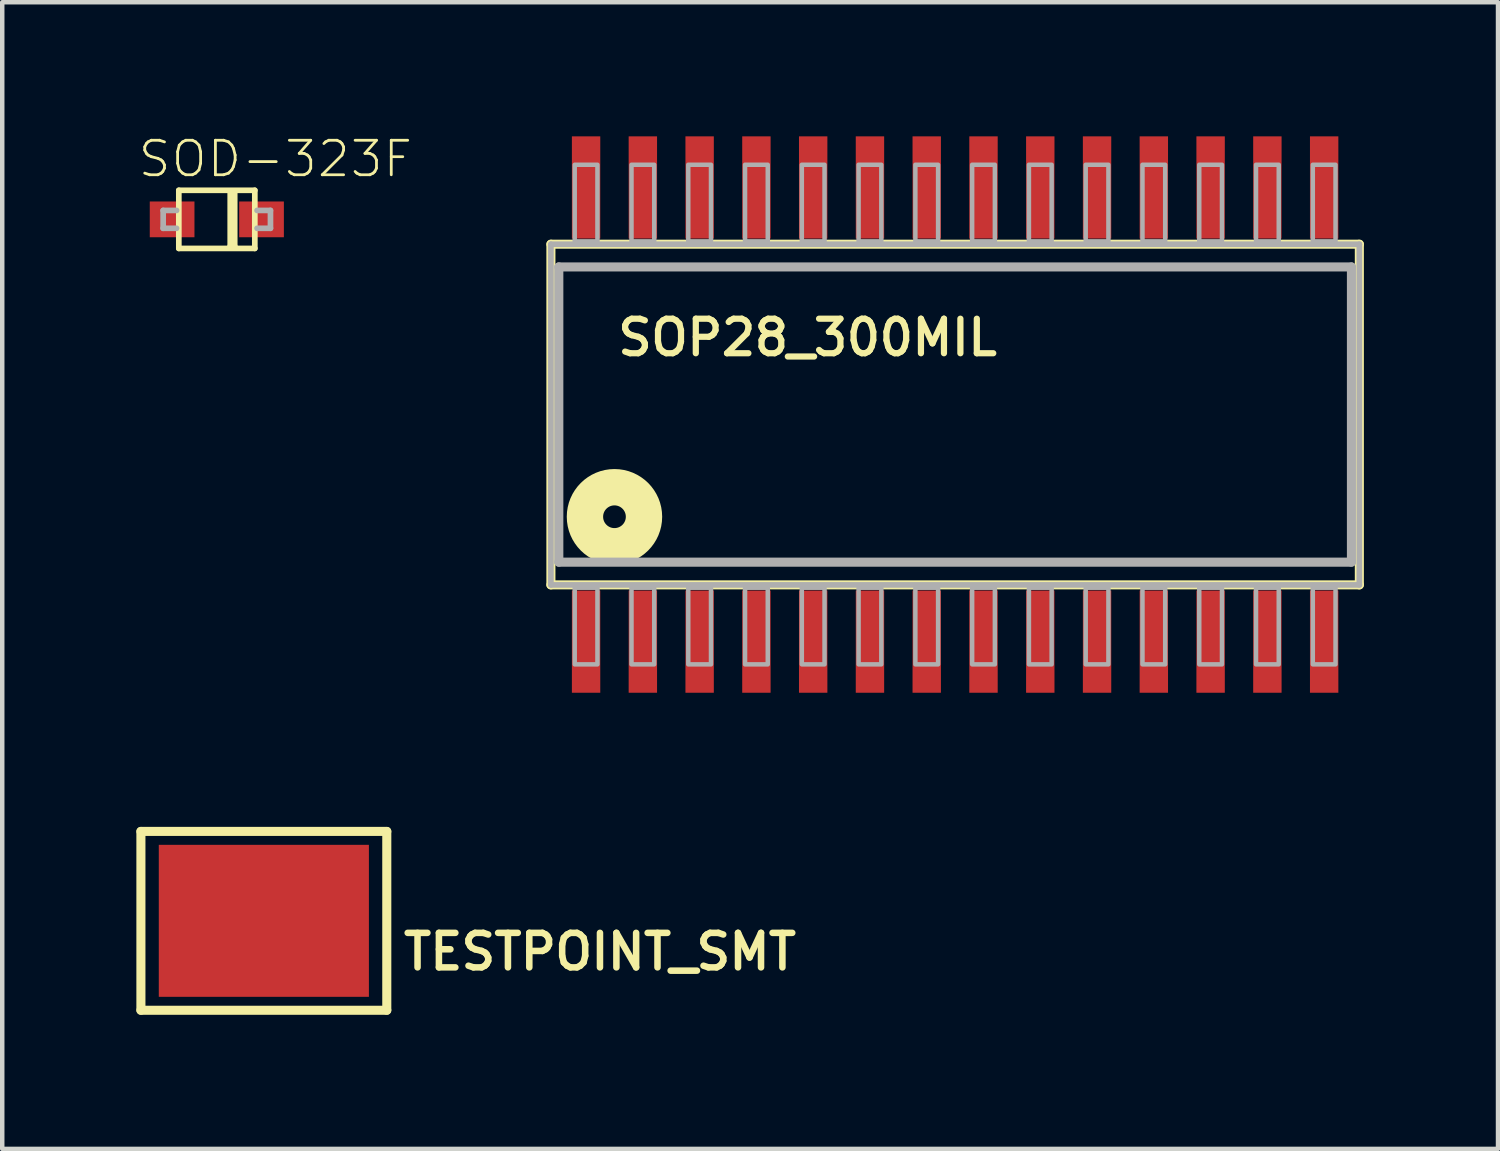
<source format=kicad_pcb>
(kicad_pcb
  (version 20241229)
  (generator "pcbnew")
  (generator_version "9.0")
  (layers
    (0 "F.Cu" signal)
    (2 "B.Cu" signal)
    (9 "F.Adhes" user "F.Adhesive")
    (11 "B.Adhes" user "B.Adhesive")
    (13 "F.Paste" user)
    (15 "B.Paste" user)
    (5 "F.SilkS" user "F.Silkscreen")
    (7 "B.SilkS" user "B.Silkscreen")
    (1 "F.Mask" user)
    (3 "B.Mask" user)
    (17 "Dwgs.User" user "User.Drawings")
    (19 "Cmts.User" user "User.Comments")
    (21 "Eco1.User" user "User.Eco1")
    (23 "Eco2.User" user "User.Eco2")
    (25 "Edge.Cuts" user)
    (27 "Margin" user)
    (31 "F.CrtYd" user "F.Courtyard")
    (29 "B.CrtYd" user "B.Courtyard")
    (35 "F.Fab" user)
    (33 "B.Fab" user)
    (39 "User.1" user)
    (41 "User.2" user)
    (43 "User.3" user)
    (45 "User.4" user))
  (footprint "SOD-323F"
    (layer "F.Cu")
    (at 1.8 1.857)
    (property "Reference" "SOD-323F" (at -1.8 -0.9 180) (layer "F.SilkS") (effects (font (size 0.772 0.772) (thickness 0.062)) (justify left bottom)))
    (attr through_hole)
    (fp_line (start -0.85 -0.65) (end 0.85 -0.65) (stroke (width 0.127) (type solid)) (layer "F.SilkS"))
    (fp_line (start -0.85 0.65) (end -0.85 -0.65) (stroke (width 0.127) (type solid)) (layer "F.SilkS"))
    (fp_line (start 0.3 0.6) (end 0.3 -0.6) (stroke (width 0.127) (type solid)) (layer "F.SilkS"))
    (fp_line (start 0.4 -0.6) (end 0.4 0.6) (stroke (width 0.127) (type solid)) (layer "F.SilkS"))
    (fp_line (start 0.4 0.6) (end 0.3 0.6) (stroke (width 0.127) (type solid)) (layer "F.SilkS"))
    (fp_line (start 0.85 -0.65) (end 0.85 0.65) (stroke (width 0.127) (type solid)) (layer "F.SilkS"))
    (fp_line (start 0.85 0.65) (end -0.85 0.65) (stroke (width 0.127) (type solid)) (layer "F.SilkS"))
    (fp_line (start -1.2 -0.2) (end -1.2 0.2) (stroke (width 0.127) (type solid)) (layer "F.Fab"))
    (fp_line (start -1.2 0.2) (end -0.9 0.2) (stroke (width 0.127) (type solid)) (layer "F.Fab"))
    (fp_line (start -0.9 -0.2) (end -1.2 -0.2) (stroke (width 0.127) (type solid)) (layer "F.Fab"))
    (fp_line (start 0.9 -0.2) (end 1.2 -0.2) (stroke (width 0.127) (type solid)) (layer "F.Fab"))
    (fp_line (start 1.2 -0.2) (end 1.2 0.2) (stroke (width 0.127) (type solid)) (layer "F.Fab"))
    (fp_line (start 1.2 0.2) (end 0.9 0.2) (stroke (width 0.127) (type solid)) (layer "F.Fab"))
    (pad "A" smd rect (at -1 0) (size 1 0.8) (layers "F.Cu" "F.Mask" "F.Paste"))
    (pad "C" smd rect (at 1 0) (size 1 0.8) (layers "F.Cu" "F.Mask" "F.Paste")))
  (footprint "SOP28_300MIL"
    (layer "F.Cu")
    (at 18.315 6.223)
    (property "Reference" "SOP28_300MIL" (at -7.62 -1.27 180) (layer "F.SilkS") (effects (font (size 0.772 0.772) (thickness 0.139)) (justify left bottom)))
    (attr through_hole)
    (fp_line (start -9.042 -3.81) (end -9.042 3.81) (stroke (width 0.203) (type solid)) (layer "F.SilkS"))
    (fp_line (start -9.042 3.81) (end 9.042 3.81) (stroke (width 0.203) (type solid)) (layer "F.SilkS"))
    (fp_line (start 9.042 -3.81) (end -9.042 -3.81) (stroke (width 0.203) (type solid)) (layer "F.SilkS"))
    (fp_line (start 9.042 3.81) (end 9.042 -3.81) (stroke (width 0.203) (type solid)) (layer "F.SilkS"))
    (fp_circle (center -7.62 2.286) (end -7.366 2.286) (stroke (width 0.813) (type solid)) (fill no) (layer "F.SilkS"))
    (fp_line (start -9.042 -3.81) (end -9.042 3.81) (stroke (width 0.127) (type solid)) (layer "F.Fab"))
    (fp_line (start -9.042 3.81) (end 9.042 3.81) (stroke (width 0.127) (type solid)) (layer "F.Fab"))
    (fp_line (start -8.865 -3.302) (end -8.865 3.302) (stroke (width 0.203) (type solid)) (layer "F.Fab"))
    (fp_line (start -8.865 3.302) (end 8.865 3.302) (stroke (width 0.203) (type solid)) (layer "F.Fab"))
    (fp_line (start 8.865 -3.302) (end -8.865 -3.302) (stroke (width 0.203) (type solid)) (layer "F.Fab"))
    (fp_line (start 8.865 3.302) (end 8.865 -3.302) (stroke (width 0.203) (type solid)) (layer "F.Fab"))
    (fp_line (start 9.042 -3.81) (end -9.042 -3.81) (stroke (width 0.127) (type solid)) (layer "F.Fab"))
    (fp_line (start 9.042 3.81) (end 9.042 -3.81) (stroke (width 0.127) (type solid)) (layer "F.Fab"))
    (fp_poly (pts (xy -8.509 5.588) (xy -8.001 5.588) (xy -8.001 3.873) (xy -8.509 3.873)) (stroke (width 0.1) (type solid)) (fill no) (layer "F.Fab"))
    (fp_poly (pts (xy -8.001 -5.588) (xy -8.509 -5.588) (xy -8.509 -3.873) (xy -8.001 -3.873)) (stroke (width 0.1) (type solid)) (fill no) (layer "F.Fab"))
    (fp_poly (pts (xy -7.239 5.588) (xy -6.731 5.588) (xy -6.731 3.873) (xy -7.239 3.873)) (stroke (width 0.1) (type solid)) (fill no) (layer "F.Fab"))
    (fp_poly (pts (xy -6.731 -5.588) (xy -7.239 -5.588) (xy -7.239 -3.873) (xy -6.731 -3.873)) (stroke (width 0.1) (type solid)) (fill no) (layer "F.Fab"))
    (fp_poly (pts (xy -5.969 5.588) (xy -5.461 5.588) (xy -5.461 3.873) (xy -5.969 3.873)) (stroke (width 0.1) (type solid)) (fill no) (layer "F.Fab"))
    (fp_poly (pts (xy -5.461 -5.588) (xy -5.969 -5.588) (xy -5.969 -3.873) (xy -5.461 -3.873)) (stroke (width 0.1) (type solid)) (fill no) (layer "F.Fab"))
    (fp_poly (pts (xy -4.699 5.588) (xy -4.191 5.588) (xy -4.191 3.873) (xy -4.699 3.873)) (stroke (width 0.1) (type solid)) (fill no) (layer "F.Fab"))
    (fp_poly (pts (xy -4.191 -5.588) (xy -4.699 -5.588) (xy -4.699 -3.873) (xy -4.191 -3.873)) (stroke (width 0.1) (type solid)) (fill no) (layer "F.Fab"))
    (fp_poly (pts (xy -3.429 5.588) (xy -2.921 5.588) (xy -2.921 3.873) (xy -3.429 3.873)) (stroke (width 0.1) (type solid)) (fill no) (layer "F.Fab"))
    (fp_poly (pts (xy -2.921 -5.588) (xy -3.429 -5.588) (xy -3.429 -3.873) (xy -2.921 -3.873)) (stroke (width 0.1) (type solid)) (fill no) (layer "F.Fab"))
    (fp_poly (pts (xy -2.159 5.588) (xy -1.651 5.588) (xy -1.651 3.873) (xy -2.159 3.873)) (stroke (width 0.1) (type solid)) (fill no) (layer "F.Fab"))
    (fp_poly (pts (xy -1.651 -5.588) (xy -2.159 -5.588) (xy -2.159 -3.873) (xy -1.651 -3.873)) (stroke (width 0.1) (type solid)) (fill no) (layer "F.Fab"))
    (fp_poly (pts (xy -0.889 5.588) (xy -0.381 5.588) (xy -0.381 3.873) (xy -0.889 3.873)) (stroke (width 0.1) (type solid)) (fill no) (layer "F.Fab"))
    (fp_poly (pts (xy -0.381 -5.588) (xy -0.889 -5.588) (xy -0.889 -3.873) (xy -0.381 -3.873)) (stroke (width 0.1) (type solid)) (fill no) (layer "F.Fab"))
    (fp_poly (pts (xy 0.381 5.588) (xy 0.889 5.588) (xy 0.889 3.873) (xy 0.381 3.873)) (stroke (width 0.1) (type solid)) (fill no) (layer "F.Fab"))
    (fp_poly (pts (xy 0.889 -5.588) (xy 0.381 -5.588) (xy 0.381 -3.873) (xy 0.889 -3.873)) (stroke (width 0.1) (type solid)) (fill no) (layer "F.Fab"))
    (fp_poly (pts (xy 1.651 5.588) (xy 2.159 5.588) (xy 2.159 3.873) (xy 1.651 3.873)) (stroke (width 0.1) (type solid)) (fill no) (layer "F.Fab"))
    (fp_poly (pts (xy 2.159 -5.588) (xy 1.651 -5.588) (xy 1.651 -3.873) (xy 2.159 -3.873)) (stroke (width 0.1) (type solid)) (fill no) (layer "F.Fab"))
    (fp_poly (pts (xy 2.921 5.588) (xy 3.429 5.588) (xy 3.429 3.873) (xy 2.921 3.873)) (stroke (width 0.1) (type solid)) (fill no) (layer "F.Fab"))
    (fp_poly (pts (xy 3.429 -5.588) (xy 2.921 -5.588) (xy 2.921 -3.873) (xy 3.429 -3.873)) (stroke (width 0.1) (type solid)) (fill no) (layer "F.Fab"))
    (fp_poly (pts (xy 4.191 5.588) (xy 4.699 5.588) (xy 4.699 3.873) (xy 4.191 3.873)) (stroke (width 0.1) (type solid)) (fill no) (layer "F.Fab"))
    (fp_poly (pts (xy 4.699 -5.588) (xy 4.191 -5.588) (xy 4.191 -3.873) (xy 4.699 -3.873)) (stroke (width 0.1) (type solid)) (fill no) (layer "F.Fab"))
    (fp_poly (pts (xy 5.461 5.588) (xy 5.969 5.588) (xy 5.969 3.873) (xy 5.461 3.873)) (stroke (width 0.1) (type solid)) (fill no) (layer "F.Fab"))
    (fp_poly (pts (xy 5.969 -5.588) (xy 5.461 -5.588) (xy 5.461 -3.873) (xy 5.969 -3.873)) (stroke (width 0.1) (type solid)) (fill no) (layer "F.Fab"))
    (fp_poly (pts (xy 6.731 5.588) (xy 7.239 5.588) (xy 7.239 3.873) (xy 6.731 3.873)) (stroke (width 0.1) (type solid)) (fill no) (layer "F.Fab"))
    (fp_poly (pts (xy 7.239 -5.588) (xy 6.731 -5.588) (xy 6.731 -3.873) (xy 7.239 -3.873)) (stroke (width 0.1) (type solid)) (fill no) (layer "F.Fab"))
    (fp_poly (pts (xy 8.001 5.588) (xy 8.509 5.588) (xy 8.509 3.873) (xy 8.001 3.873)) (stroke (width 0.1) (type solid)) (fill no) (layer "F.Fab"))
    (fp_poly (pts (xy 8.509 -5.588) (xy 8.001 -5.588) (xy 8.001 -3.873) (xy 8.509 -3.873)) (stroke (width 0.1) (type solid)) (fill no) (layer "F.Fab"))
    (pad "P$1" smd rect (at -8.255 5.08) (size 0.635 2.286) (layers "F.Cu" "F.Mask" "F.Paste"))
    (pad "P$2" smd rect (at -6.985 5.08) (size 0.635 2.286) (layers "F.Cu" "F.Mask" "F.Paste"))
    (pad "P$3" smd rect (at -5.715 5.08) (size 0.635 2.286) (layers "F.Cu" "F.Mask" "F.Paste"))
    (pad "P$4" smd rect (at -4.445 5.08) (size 0.635 2.286) (layers "F.Cu" "F.Mask" "F.Paste"))
    (pad "P$5" smd rect (at -3.175 5.08) (size 0.635 2.286) (layers "F.Cu" "F.Mask" "F.Paste"))
    (pad "P$6" smd rect (at -1.905 5.08) (size 0.635 2.286) (layers "F.Cu" "F.Mask" "F.Paste"))
    (pad "P$7" smd rect (at -0.635 5.08) (size 0.635 2.286) (layers "F.Cu" "F.Mask" "F.Paste"))
    (pad "P$8" smd rect (at 0.635 5.08) (size 0.635 2.286) (layers "F.Cu" "F.Mask" "F.Paste"))
    (pad "P$9" smd rect (at 1.905 5.08) (size 0.635 2.286) (layers "F.Cu" "F.Mask" "F.Paste"))
    (pad "P$10" smd rect (at 3.175 5.08) (size 0.635 2.286) (layers "F.Cu" "F.Mask" "F.Paste"))
    (pad "P$11" smd rect (at 4.445 5.08) (size 0.635 2.286) (layers "F.Cu" "F.Mask" "F.Paste"))
    (pad "P$12" smd rect (at 5.715 5.08) (size 0.635 2.286) (layers "F.Cu" "F.Mask" "F.Paste"))
    (pad "P$13" smd rect (at 6.985 5.08) (size 0.635 2.286) (layers "F.Cu" "F.Mask" "F.Paste"))
    (pad "P$14" smd rect (at 8.255 5.08) (size 0.635 2.286) (layers "F.Cu" "F.Mask" "F.Paste"))
    (pad "P$15" smd rect (at 8.255 -5.08 180) (size 0.635 2.286) (layers "F.Cu" "F.Mask" "F.Paste"))
    (pad "P$16" smd rect (at 6.985 -5.08 180) (size 0.635 2.286) (layers "F.Cu" "F.Mask" "F.Paste"))
    (pad "P$17" smd rect (at 5.715 -5.08 180) (size 0.635 2.286) (layers "F.Cu" "F.Mask" "F.Paste"))
    (pad "P$18" smd rect (at 4.445 -5.08 180) (size 0.635 2.286) (layers "F.Cu" "F.Mask" "F.Paste"))
    (pad "P$19" smd rect (at 3.175 -5.08 180) (size 0.635 2.286) (layers "F.Cu" "F.Mask" "F.Paste"))
    (pad "P$20" smd rect (at 1.905 -5.08 180) (size 0.635 2.286) (layers "F.Cu" "F.Mask" "F.Paste"))
    (pad "P$21" smd rect (at 0.635 -5.08 180) (size 0.635 2.286) (layers "F.Cu" "F.Mask" "F.Paste"))
    (pad "P$22" smd rect (at -0.635 -5.08 180) (size 0.635 2.286) (layers "F.Cu" "F.Mask" "F.Paste"))
    (pad "P$23" smd rect (at -1.905 -5.08 180) (size 0.635 2.286) (layers "F.Cu" "F.Mask" "F.Paste"))
    (pad "P$24" smd rect (at -3.175 -5.08 180) (size 0.635 2.286) (layers "F.Cu" "F.Mask" "F.Paste"))
    (pad "P$25" smd rect (at -4.445 -5.08 180) (size 0.635 2.286) (layers "F.Cu" "F.Mask" "F.Paste"))
    (pad "P$26" smd rect (at -5.715 -5.08 180) (size 0.635 2.286) (layers "F.Cu" "F.Mask" "F.Paste"))
    (pad "P$27" smd rect (at -6.985 -5.08 180) (size 0.635 2.286) (layers "F.Cu" "F.Mask" "F.Paste"))
    (pad "P$28" smd rect (at -8.255 -5.08 180) (size 0.635 2.286) (layers "F.Cu" "F.Mask" "F.Paste")))
  (footprint "TESTPOINT_SMT"
    (layer "F.Cu")
    (at 2.852 17.548)
    (property "Reference" "TESTPOINT_SMT" (at 3.048 1.143 0) (layer "F.SilkS") (effects (font (size 0.772 0.772) (thickness 0.146)) (justify left bottom)))
    (attr through_hole)
    (fp_line (start -2.75 -2) (end 2.75 -2) (stroke (width 0.203) (type solid)) (layer "F.SilkS"))
    (fp_line (start -2.75 2) (end -2.75 -2) (stroke (width 0.203) (type solid)) (layer "F.SilkS"))
    (fp_line (start 2.75 -2) (end 2.75 2) (stroke (width 0.203) (type solid)) (layer "F.SilkS"))
    (fp_line (start 2.75 2) (end -2.75 2) (stroke (width 0.203) (type solid)) (layer "F.SilkS"))
    (pad "P$1" smd rect (at 0 0) (size 4.7 3.4) (layers "F.Cu" "F.Mask" "F.Paste")))
  (gr_rect
    (start -3 -3)
    (end 30.459 22.649)
    (stroke (width 0.1) (type default))
    (fill no)
    (layer "Edge.Cuts")))
</source>
